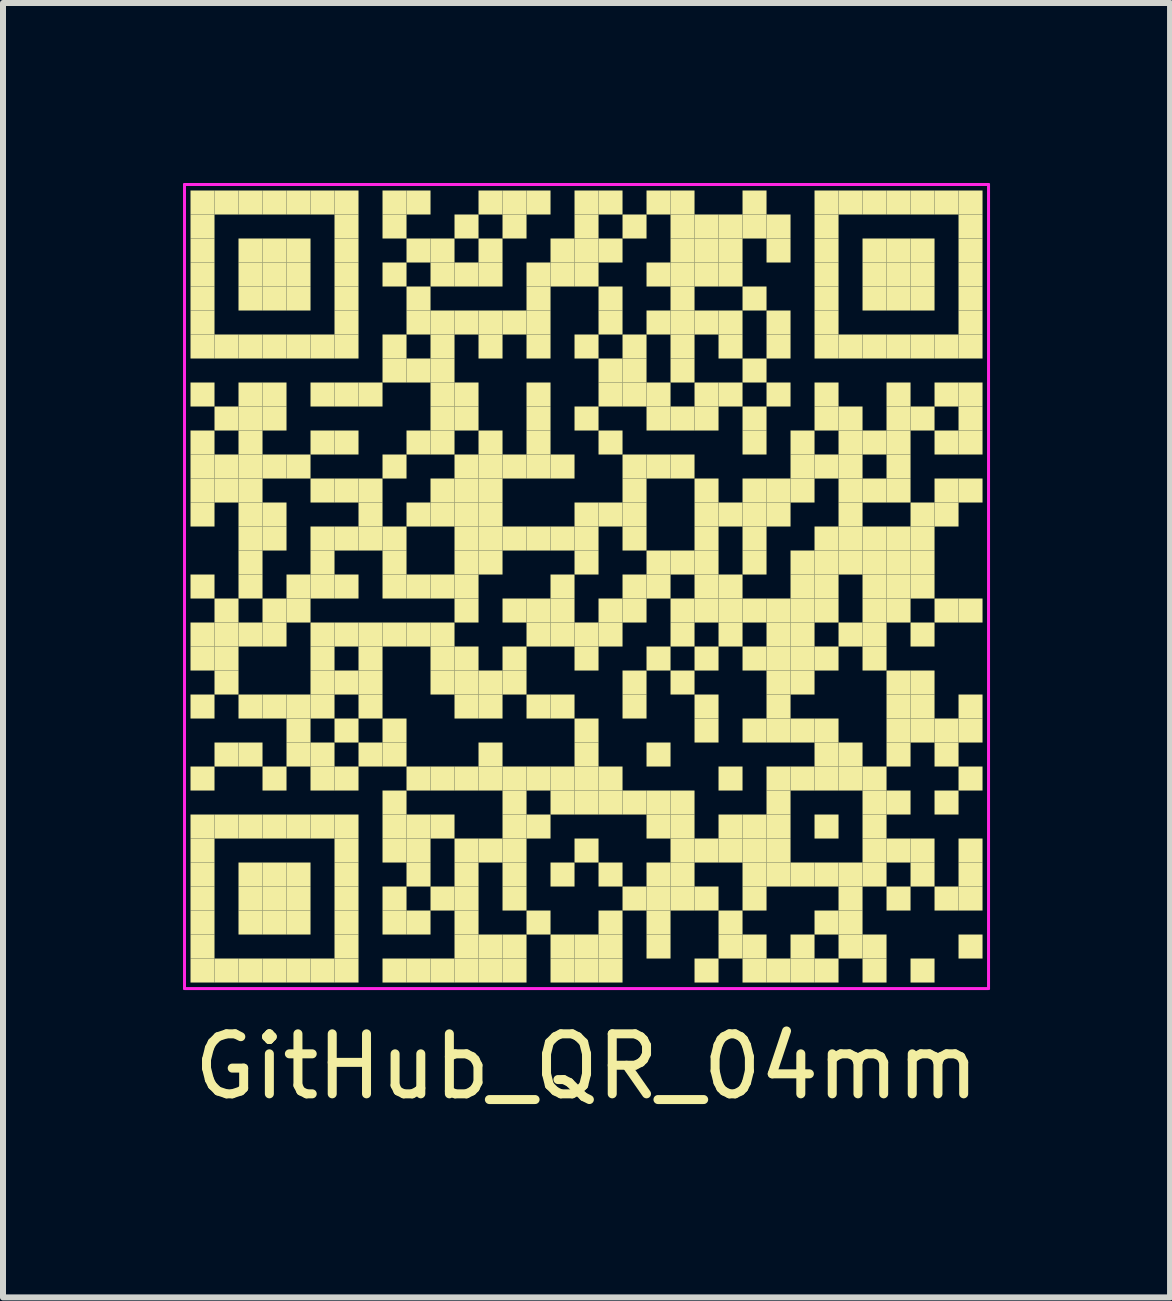
<source format=kicad_pcb>
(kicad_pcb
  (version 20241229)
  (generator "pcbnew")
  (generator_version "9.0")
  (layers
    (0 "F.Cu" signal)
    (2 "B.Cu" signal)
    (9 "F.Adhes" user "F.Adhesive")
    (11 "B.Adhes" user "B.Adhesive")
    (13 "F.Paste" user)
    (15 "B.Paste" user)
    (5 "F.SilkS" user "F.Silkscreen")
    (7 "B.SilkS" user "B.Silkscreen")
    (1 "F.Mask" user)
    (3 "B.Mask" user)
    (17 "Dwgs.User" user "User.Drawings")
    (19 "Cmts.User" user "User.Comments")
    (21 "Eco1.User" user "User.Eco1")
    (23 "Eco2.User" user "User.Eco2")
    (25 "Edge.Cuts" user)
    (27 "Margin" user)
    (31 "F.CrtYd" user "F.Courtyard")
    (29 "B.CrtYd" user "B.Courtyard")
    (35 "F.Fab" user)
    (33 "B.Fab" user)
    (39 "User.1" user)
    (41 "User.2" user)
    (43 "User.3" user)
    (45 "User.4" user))
  (footprint "GitHub_QR_04mm"
    (layer "F.Cu")
    (at 6.725 6.725)
    (property "Reference" "GitHub_QR_04mm" (at 0 8 0) (layer "F.SilkS") (effects (font (size 1 1) (thickness 0.15))))
    (fp_rect (start -6.6 -6.6) (end -6.2 -6.2) (stroke (width 0) (type solid)) (fill yes) (layer "F.SilkS"))
    (fp_rect (start -6.6 -6.2) (end -6.2 -5.8) (stroke (width 0) (type solid)) (fill yes) (layer "F.SilkS"))
    (fp_rect (start -6.6 -5.8) (end -6.2 -5.4) (stroke (width 0) (type solid)) (fill yes) (layer "F.SilkS"))
    (fp_rect (start -6.6 -5.4) (end -6.2 -5) (stroke (width 0) (type solid)) (fill yes) (layer "F.SilkS"))
    (fp_rect (start -6.6 -5) (end -6.2 -4.6) (stroke (width 0) (type solid)) (fill yes) (layer "F.SilkS"))
    (fp_rect (start -6.6 -4.6) (end -6.2 -4.2) (stroke (width 0) (type solid)) (fill yes) (layer "F.SilkS"))
    (fp_rect (start -6.6 -4.2) (end -6.2 -3.8) (stroke (width 0) (type solid)) (fill yes) (layer "F.SilkS"))
    (fp_rect (start -6.6 -3.4) (end -6.2 -3) (stroke (width 0) (type solid)) (fill yes) (layer "F.SilkS"))
    (fp_rect (start -6.6 -2.6) (end -6.2 -2.2) (stroke (width 0) (type solid)) (fill yes) (layer "F.SilkS"))
    (fp_rect (start -6.6 -2.2) (end -6.2 -1.8) (stroke (width 0) (type solid)) (fill yes) (layer "F.SilkS"))
    (fp_rect (start -6.6 -1.8) (end -6.2 -1.4) (stroke (width 0) (type solid)) (fill yes) (layer "F.SilkS"))
    (fp_rect (start -6.6 -1.4) (end -6.2 -1) (stroke (width 0) (type solid)) (fill yes) (layer "F.SilkS"))
    (fp_rect (start -6.6 -0.2) (end -6.2 0.2) (stroke (width 0) (type solid)) (fill yes) (layer "F.SilkS"))
    (fp_rect (start -6.6 0.6) (end -6.2 1) (stroke (width 0) (type solid)) (fill yes) (layer "F.SilkS"))
    (fp_rect (start -6.6 1) (end -6.2 1.4) (stroke (width 0) (type solid)) (fill yes) (layer "F.SilkS"))
    (fp_rect (start -6.6 1.8) (end -6.2 2.2) (stroke (width 0) (type solid)) (fill yes) (layer "F.SilkS"))
    (fp_rect (start -6.6 3) (end -6.2 3.4) (stroke (width 0) (type solid)) (fill yes) (layer "F.SilkS"))
    (fp_rect (start -6.6 3.8) (end -6.2 4.2) (stroke (width 0) (type solid)) (fill yes) (layer "F.SilkS"))
    (fp_rect (start -6.6 4.2) (end -6.2 4.6) (stroke (width 0) (type solid)) (fill yes) (layer "F.SilkS"))
    (fp_rect (start -6.6 4.6) (end -6.2 5) (stroke (width 0) (type solid)) (fill yes) (layer "F.SilkS"))
    (fp_rect (start -6.6 5) (end -6.2 5.4) (stroke (width 0) (type solid)) (fill yes) (layer "F.SilkS"))
    (fp_rect (start -6.6 5.4) (end -6.2 5.8) (stroke (width 0) (type solid)) (fill yes) (layer "F.SilkS"))
    (fp_rect (start -6.6 5.8) (end -6.2 6.2) (stroke (width 0) (type solid)) (fill yes) (layer "F.SilkS"))
    (fp_rect (start -6.6 6.2) (end -6.2 6.6) (stroke (width 0) (type solid)) (fill yes) (layer "F.SilkS"))
    (fp_rect (start -6.2 -6.6) (end -5.8 -6.2) (stroke (width 0) (type solid)) (fill yes) (layer "F.SilkS"))
    (fp_rect (start -6.2 -4.2) (end -5.8 -3.8) (stroke (width 0) (type solid)) (fill yes) (layer "F.SilkS"))
    (fp_rect (start -6.2 -3) (end -5.8 -2.6) (stroke (width 0) (type solid)) (fill yes) (layer "F.SilkS"))
    (fp_rect (start -6.2 -2.2) (end -5.8 -1.8) (stroke (width 0) (type solid)) (fill yes) (layer "F.SilkS"))
    (fp_rect (start -6.2 -1.8) (end -5.8 -1.4) (stroke (width 0) (type solid)) (fill yes) (layer "F.SilkS"))
    (fp_rect (start -6.2 0.2) (end -5.8 0.6) (stroke (width 0) (type solid)) (fill yes) (layer "F.SilkS"))
    (fp_rect (start -6.2 0.6) (end -5.8 1) (stroke (width 0) (type solid)) (fill yes) (layer "F.SilkS"))
    (fp_rect (start -6.2 1) (end -5.8 1.4) (stroke (width 0) (type solid)) (fill yes) (layer "F.SilkS"))
    (fp_rect (start -6.2 1.4) (end -5.8 1.8) (stroke (width 0) (type solid)) (fill yes) (layer "F.SilkS"))
    (fp_rect (start -6.2 2.6) (end -5.8 3) (stroke (width 0) (type solid)) (fill yes) (layer "F.SilkS"))
    (fp_rect (start -6.2 3.8) (end -5.8 4.2) (stroke (width 0) (type solid)) (fill yes) (layer "F.SilkS"))
    (fp_rect (start -6.2 6.2) (end -5.8 6.6) (stroke (width 0) (type solid)) (fill yes) (layer "F.SilkS"))
    (fp_rect (start -5.8 -6.6) (end -5.4 -6.2) (stroke (width 0) (type solid)) (fill yes) (layer "F.SilkS"))
    (fp_rect (start -5.8 -5.8) (end -5.4 -5.4) (stroke (width 0) (type solid)) (fill yes) (layer "F.SilkS"))
    (fp_rect (start -5.8 -5.4) (end -5.4 -5) (stroke (width 0) (type solid)) (fill yes) (layer "F.SilkS"))
    (fp_rect (start -5.8 -5) (end -5.4 -4.6) (stroke (width 0) (type solid)) (fill yes) (layer "F.SilkS"))
    (fp_rect (start -5.8 -4.2) (end -5.4 -3.8) (stroke (width 0) (type solid)) (fill yes) (layer "F.SilkS"))
    (fp_rect (start -5.8 -3.4) (end -5.4 -3) (stroke (width 0) (type solid)) (fill yes) (layer "F.SilkS"))
    (fp_rect (start -5.8 -3) (end -5.4 -2.6) (stroke (width 0) (type solid)) (fill yes) (layer "F.SilkS"))
    (fp_rect (start -5.8 -2.6) (end -5.4 -2.2) (stroke (width 0) (type solid)) (fill yes) (layer "F.SilkS"))
    (fp_rect (start -5.8 -2.2) (end -5.4 -1.8) (stroke (width 0) (type solid)) (fill yes) (layer "F.SilkS"))
    (fp_rect (start -5.8 -1.8) (end -5.4 -1.4) (stroke (width 0) (type solid)) (fill yes) (layer "F.SilkS"))
    (fp_rect (start -5.8 -1.4) (end -5.4 -1) (stroke (width 0) (type solid)) (fill yes) (layer "F.SilkS"))
    (fp_rect (start -5.8 -1) (end -5.4 -0.6) (stroke (width 0) (type solid)) (fill yes) (layer "F.SilkS"))
    (fp_rect (start -5.8 -0.6) (end -5.4 -0.2) (stroke (width 0) (type solid)) (fill yes) (layer "F.SilkS"))
    (fp_rect (start -5.8 -0.2) (end -5.4 0.2) (stroke (width 0) (type solid)) (fill yes) (layer "F.SilkS"))
    (fp_rect (start -5.8 0.6) (end -5.4 1) (stroke (width 0) (type solid)) (fill yes) (layer "F.SilkS"))
    (fp_rect (start -5.8 1.8) (end -5.4 2.2) (stroke (width 0) (type solid)) (fill yes) (layer "F.SilkS"))
    (fp_rect (start -5.8 2.6) (end -5.4 3) (stroke (width 0) (type solid)) (fill yes) (layer "F.SilkS"))
    (fp_rect (start -5.8 3.8) (end -5.4 4.2) (stroke (width 0) (type solid)) (fill yes) (layer "F.SilkS"))
    (fp_rect (start -5.8 4.6) (end -5.4 5) (stroke (width 0) (type solid)) (fill yes) (layer "F.SilkS"))
    (fp_rect (start -5.8 5) (end -5.4 5.4) (stroke (width 0) (type solid)) (fill yes) (layer "F.SilkS"))
    (fp_rect (start -5.8 5.4) (end -5.4 5.8) (stroke (width 0) (type solid)) (fill yes) (layer "F.SilkS"))
    (fp_rect (start -5.8 6.2) (end -5.4 6.6) (stroke (width 0) (type solid)) (fill yes) (layer "F.SilkS"))
    (fp_rect (start -5.4 -6.6) (end -5 -6.2) (stroke (width 0) (type solid)) (fill yes) (layer "F.SilkS"))
    (fp_rect (start -5.4 -5.8) (end -5 -5.4) (stroke (width 0) (type solid)) (fill yes) (layer "F.SilkS"))
    (fp_rect (start -5.4 -5.4) (end -5 -5) (stroke (width 0) (type solid)) (fill yes) (layer "F.SilkS"))
    (fp_rect (start -5.4 -5) (end -5 -4.6) (stroke (width 0) (type solid)) (fill yes) (layer "F.SilkS"))
    (fp_rect (start -5.4 -4.2) (end -5 -3.8) (stroke (width 0) (type solid)) (fill yes) (layer "F.SilkS"))
    (fp_rect (start -5.4 -3.4) (end -5 -3) (stroke (width 0) (type solid)) (fill yes) (layer "F.SilkS"))
    (fp_rect (start -5.4 -3) (end -5 -2.6) (stroke (width 0) (type solid)) (fill yes) (layer "F.SilkS"))
    (fp_rect (start -5.4 -2.2) (end -5 -1.8) (stroke (width 0) (type solid)) (fill yes) (layer "F.SilkS"))
    (fp_rect (start -5.4 -1.4) (end -5 -1) (stroke (width 0) (type solid)) (fill yes) (layer "F.SilkS"))
    (fp_rect (start -5.4 -1) (end -5 -0.6) (stroke (width 0) (type solid)) (fill yes) (layer "F.SilkS"))
    (fp_rect (start -5.4 0.2) (end -5 0.6) (stroke (width 0) (type solid)) (fill yes) (layer "F.SilkS"))
    (fp_rect (start -5.4 0.6) (end -5 1) (stroke (width 0) (type solid)) (fill yes) (layer "F.SilkS"))
    (fp_rect (start -5.4 1.8) (end -5 2.2) (stroke (width 0) (type solid)) (fill yes) (layer "F.SilkS"))
    (fp_rect (start -5.4 3) (end -5 3.4) (stroke (width 0) (type solid)) (fill yes) (layer "F.SilkS"))
    (fp_rect (start -5.4 3.8) (end -5 4.2) (stroke (width 0) (type solid)) (fill yes) (layer "F.SilkS"))
    (fp_rect (start -5.4 4.6) (end -5 5) (stroke (width 0) (type solid)) (fill yes) (layer "F.SilkS"))
    (fp_rect (start -5.4 5) (end -5 5.4) (stroke (width 0) (type solid)) (fill yes) (layer "F.SilkS"))
    (fp_rect (start -5.4 5.4) (end -5 5.8) (stroke (width 0) (type solid)) (fill yes) (layer "F.SilkS"))
    (fp_rect (start -5.4 6.2) (end -5 6.6) (stroke (width 0) (type solid)) (fill yes) (layer "F.SilkS"))
    (fp_rect (start -5 -6.6) (end -4.6 -6.2) (stroke (width 0) (type solid)) (fill yes) (layer "F.SilkS"))
    (fp_rect (start -5 -5.8) (end -4.6 -5.4) (stroke (width 0) (type solid)) (fill yes) (layer "F.SilkS"))
    (fp_rect (start -5 -5.4) (end -4.6 -5) (stroke (width 0) (type solid)) (fill yes) (layer "F.SilkS"))
    (fp_rect (start -5 -5) (end -4.6 -4.6) (stroke (width 0) (type solid)) (fill yes) (layer "F.SilkS"))
    (fp_rect (start -5 -4.2) (end -4.6 -3.8) (stroke (width 0) (type solid)) (fill yes) (layer "F.SilkS"))
    (fp_rect (start -5 -2.2) (end -4.6 -1.8) (stroke (width 0) (type solid)) (fill yes) (layer "F.SilkS"))
    (fp_rect (start -5 -0.2) (end -4.6 0.2) (stroke (width 0) (type solid)) (fill yes) (layer "F.SilkS"))
    (fp_rect (start -5 0.2) (end -4.6 0.6) (stroke (width 0) (type solid)) (fill yes) (layer "F.SilkS"))
    (fp_rect (start -5 1.8) (end -4.6 2.2) (stroke (width 0) (type solid)) (fill yes) (layer "F.SilkS"))
    (fp_rect (start -5 2.2) (end -4.6 2.6) (stroke (width 0) (type solid)) (fill yes) (layer "F.SilkS"))
    (fp_rect (start -5 2.6) (end -4.6 3) (stroke (width 0) (type solid)) (fill yes) (layer "F.SilkS"))
    (fp_rect (start -5 3.8) (end -4.6 4.2) (stroke (width 0) (type solid)) (fill yes) (layer "F.SilkS"))
    (fp_rect (start -5 4.6) (end -4.6 5) (stroke (width 0) (type solid)) (fill yes) (layer "F.SilkS"))
    (fp_rect (start -5 5) (end -4.6 5.4) (stroke (width 0) (type solid)) (fill yes) (layer "F.SilkS"))
    (fp_rect (start -5 5.4) (end -4.6 5.8) (stroke (width 0) (type solid)) (fill yes) (layer "F.SilkS"))
    (fp_rect (start -5 6.2) (end -4.6 6.6) (stroke (width 0) (type solid)) (fill yes) (layer "F.SilkS"))
    (fp_rect (start -4.6 -6.6) (end -4.2 -6.2) (stroke (width 0) (type solid)) (fill yes) (layer "F.SilkS"))
    (fp_rect (start -4.6 -4.2) (end -4.2 -3.8) (stroke (width 0) (type solid)) (fill yes) (layer "F.SilkS"))
    (fp_rect (start -4.6 -3.4) (end -4.2 -3) (stroke (width 0) (type solid)) (fill yes) (layer "F.SilkS"))
    (fp_rect (start -4.6 -2.6) (end -4.2 -2.2) (stroke (width 0) (type solid)) (fill yes) (layer "F.SilkS"))
    (fp_rect (start -4.6 -1.8) (end -4.2 -1.4) (stroke (width 0) (type solid)) (fill yes) (layer "F.SilkS"))
    (fp_rect (start -4.6 -1) (end -4.2 -0.6) (stroke (width 0) (type solid)) (fill yes) (layer "F.SilkS"))
    (fp_rect (start -4.6 -0.6) (end -4.2 -0.2) (stroke (width 0) (type solid)) (fill yes) (layer "F.SilkS"))
    (fp_rect (start -4.6 -0.2) (end -4.2 0.2) (stroke (width 0) (type solid)) (fill yes) (layer "F.SilkS"))
    (fp_rect (start -4.6 0.6) (end -4.2 1) (stroke (width 0) (type solid)) (fill yes) (layer "F.SilkS"))
    (fp_rect (start -4.6 1) (end -4.2 1.4) (stroke (width 0) (type solid)) (fill yes) (layer "F.SilkS"))
    (fp_rect (start -4.6 1.4) (end -4.2 1.8) (stroke (width 0) (type solid)) (fill yes) (layer "F.SilkS"))
    (fp_rect (start -4.6 1.8) (end -4.2 2.2) (stroke (width 0) (type solid)) (fill yes) (layer "F.SilkS"))
    (fp_rect (start -4.6 2.6) (end -4.2 3) (stroke (width 0) (type solid)) (fill yes) (layer "F.SilkS"))
    (fp_rect (start -4.6 3) (end -4.2 3.4) (stroke (width 0) (type solid)) (fill yes) (layer "F.SilkS"))
    (fp_rect (start -4.6 3.8) (end -4.2 4.2) (stroke (width 0) (type solid)) (fill yes) (layer "F.SilkS"))
    (fp_rect (start -4.6 6.2) (end -4.2 6.6) (stroke (width 0) (type solid)) (fill yes) (layer "F.SilkS"))
    (fp_rect (start -4.2 -6.6) (end -3.8 -6.2) (stroke (width 0) (type solid)) (fill yes) (layer "F.SilkS"))
    (fp_rect (start -4.2 -6.2) (end -3.8 -5.8) (stroke (width 0) (type solid)) (fill yes) (layer "F.SilkS"))
    (fp_rect (start -4.2 -5.8) (end -3.8 -5.4) (stroke (width 0) (type solid)) (fill yes) (layer "F.SilkS"))
    (fp_rect (start -4.2 -5.4) (end -3.8 -5) (stroke (width 0) (type solid)) (fill yes) (layer "F.SilkS"))
    (fp_rect (start -4.2 -5) (end -3.8 -4.6) (stroke (width 0) (type solid)) (fill yes) (layer "F.SilkS"))
    (fp_rect (start -4.2 -4.6) (end -3.8 -4.2) (stroke (width 0) (type solid)) (fill yes) (layer "F.SilkS"))
    (fp_rect (start -4.2 -4.2) (end -3.8 -3.8) (stroke (width 0) (type solid)) (fill yes) (layer "F.SilkS"))
    (fp_rect (start -4.2 -3.4) (end -3.8 -3) (stroke (width 0) (type solid)) (fill yes) (layer "F.SilkS"))
    (fp_rect (start -4.2 -2.6) (end -3.8 -2.2) (stroke (width 0) (type solid)) (fill yes) (layer "F.SilkS"))
    (fp_rect (start -4.2 -1.8) (end -3.8 -1.4) (stroke (width 0) (type solid)) (fill yes) (layer "F.SilkS"))
    (fp_rect (start -4.2 -1) (end -3.8 -0.6) (stroke (width 0) (type solid)) (fill yes) (layer "F.SilkS"))
    (fp_rect (start -4.2 -0.2) (end -3.8 0.2) (stroke (width 0) (type solid)) (fill yes) (layer "F.SilkS"))
    (fp_rect (start -4.2 0.6) (end -3.8 1) (stroke (width 0) (type solid)) (fill yes) (layer "F.SilkS"))
    (fp_rect (start -4.2 1.4) (end -3.8 1.8) (stroke (width 0) (type solid)) (fill yes) (layer "F.SilkS"))
    (fp_rect (start -4.2 2.2) (end -3.8 2.6) (stroke (width 0) (type solid)) (fill yes) (layer "F.SilkS"))
    (fp_rect (start -4.2 3) (end -3.8 3.4) (stroke (width 0) (type solid)) (fill yes) (layer "F.SilkS"))
    (fp_rect (start -4.2 3.8) (end -3.8 4.2) (stroke (width 0) (type solid)) (fill yes) (layer "F.SilkS"))
    (fp_rect (start -4.2 4.2) (end -3.8 4.6) (stroke (width 0) (type solid)) (fill yes) (layer "F.SilkS"))
    (fp_rect (start -4.2 4.6) (end -3.8 5) (stroke (width 0) (type solid)) (fill yes) (layer "F.SilkS"))
    (fp_rect (start -4.2 5) (end -3.8 5.4) (stroke (width 0) (type solid)) (fill yes) (layer "F.SilkS"))
    (fp_rect (start -4.2 5.4) (end -3.8 5.8) (stroke (width 0) (type solid)) (fill yes) (layer "F.SilkS"))
    (fp_rect (start -4.2 5.8) (end -3.8 6.2) (stroke (width 0) (type solid)) (fill yes) (layer "F.SilkS"))
    (fp_rect (start -4.2 6.2) (end -3.8 6.6) (stroke (width 0) (type solid)) (fill yes) (layer "F.SilkS"))
    (fp_rect (start -3.8 -3.4) (end -3.4 -3) (stroke (width 0) (type solid)) (fill yes) (layer "F.SilkS"))
    (fp_rect (start -3.8 -1.8) (end -3.4 -1.4) (stroke (width 0) (type solid)) (fill yes) (layer "F.SilkS"))
    (fp_rect (start -3.8 -1.4) (end -3.4 -1) (stroke (width 0) (type solid)) (fill yes) (layer "F.SilkS"))
    (fp_rect (start -3.8 -1) (end -3.4 -0.6) (stroke (width 0) (type solid)) (fill yes) (layer "F.SilkS"))
    (fp_rect (start -3.8 0.6) (end -3.4 1) (stroke (width 0) (type solid)) (fill yes) (layer "F.SilkS"))
    (fp_rect (start -3.8 1) (end -3.4 1.4) (stroke (width 0) (type solid)) (fill yes) (layer "F.SilkS"))
    (fp_rect (start -3.8 1.4) (end -3.4 1.8) (stroke (width 0) (type solid)) (fill yes) (layer "F.SilkS"))
    (fp_rect (start -3.8 1.8) (end -3.4 2.2) (stroke (width 0) (type solid)) (fill yes) (layer "F.SilkS"))
    (fp_rect (start -3.8 2.6) (end -3.4 3) (stroke (width 0) (type solid)) (fill yes) (layer "F.SilkS"))
    (fp_rect (start -3.4 -6.6) (end -3 -6.2) (stroke (width 0) (type solid)) (fill yes) (layer "F.SilkS"))
    (fp_rect (start -3.4 -6.2) (end -3 -5.8) (stroke (width 0) (type solid)) (fill yes) (layer "F.SilkS"))
    (fp_rect (start -3.4 -5.4) (end -3 -5) (stroke (width 0) (type solid)) (fill yes) (layer "F.SilkS"))
    (fp_rect (start -3.4 -4.2) (end -3 -3.8) (stroke (width 0) (type solid)) (fill yes) (layer "F.SilkS"))
    (fp_rect (start -3.4 -3.8) (end -3 -3.4) (stroke (width 0) (type solid)) (fill yes) (layer "F.SilkS"))
    (fp_rect (start -3.4 -2.2) (end -3 -1.8) (stroke (width 0) (type solid)) (fill yes) (layer "F.SilkS"))
    (fp_rect (start -3.4 -1) (end -3 -0.6) (stroke (width 0) (type solid)) (fill yes) (layer "F.SilkS"))
    (fp_rect (start -3.4 -0.6) (end -3 -0.2) (stroke (width 0) (type solid)) (fill yes) (layer "F.SilkS"))
    (fp_rect (start -3.4 -0.2) (end -3 0.2) (stroke (width 0) (type solid)) (fill yes) (layer "F.SilkS"))
    (fp_rect (start -3.4 0.6) (end -3 1) (stroke (width 0) (type solid)) (fill yes) (layer "F.SilkS"))
    (fp_rect (start -3.4 2.2) (end -3 2.6) (stroke (width 0) (type solid)) (fill yes) (layer "F.SilkS"))
    (fp_rect (start -3.4 2.6) (end -3 3) (stroke (width 0) (type solid)) (fill yes) (layer "F.SilkS"))
    (fp_rect (start -3.4 3.4) (end -3 3.8) (stroke (width 0) (type solid)) (fill yes) (layer "F.SilkS"))
    (fp_rect (start -3.4 3.8) (end -3 4.2) (stroke (width 0) (type solid)) (fill yes) (layer "F.SilkS"))
    (fp_rect (start -3.4 4.2) (end -3 4.6) (stroke (width 0) (type solid)) (fill yes) (layer "F.SilkS"))
    (fp_rect (start -3.4 5) (end -3 5.4) (stroke (width 0) (type solid)) (fill yes) (layer "F.SilkS"))
    (fp_rect (start -3.4 5.4) (end -3 5.8) (stroke (width 0) (type solid)) (fill yes) (layer "F.SilkS"))
    (fp_rect (start -3.4 6.2) (end -3 6.6) (stroke (width 0) (type solid)) (fill yes) (layer "F.SilkS"))
    (fp_rect (start -3 -6.6) (end -2.6 -6.2) (stroke (width 0) (type solid)) (fill yes) (layer "F.SilkS"))
    (fp_rect (start -3 -5.8) (end -2.6 -5.4) (stroke (width 0) (type solid)) (fill yes) (layer "F.SilkS"))
    (fp_rect (start -3 -5) (end -2.6 -4.6) (stroke (width 0) (type solid)) (fill yes) (layer "F.SilkS"))
    (fp_rect (start -3 -4.6) (end -2.6 -4.2) (stroke (width 0) (type solid)) (fill yes) (layer "F.SilkS"))
    (fp_rect (start -3 -3.8) (end -2.6 -3.4) (stroke (width 0) (type solid)) (fill yes) (layer "F.SilkS"))
    (fp_rect (start -3 -2.6) (end -2.6 -2.2) (stroke (width 0) (type solid)) (fill yes) (layer "F.SilkS"))
    (fp_rect (start -3 -1.4) (end -2.6 -1) (stroke (width 0) (type solid)) (fill yes) (layer "F.SilkS"))
    (fp_rect (start -3 -0.2) (end -2.6 0.2) (stroke (width 0) (type solid)) (fill yes) (layer "F.SilkS"))
    (fp_rect (start -3 0.6) (end -2.6 1) (stroke (width 0) (type solid)) (fill yes) (layer "F.SilkS"))
    (fp_rect (start -3 3) (end -2.6 3.4) (stroke (width 0) (type solid)) (fill yes) (layer "F.SilkS"))
    (fp_rect (start -3 3.8) (end -2.6 4.2) (stroke (width 0) (type solid)) (fill yes) (layer "F.SilkS"))
    (fp_rect (start -3 4.2) (end -2.6 4.6) (stroke (width 0) (type solid)) (fill yes) (layer "F.SilkS"))
    (fp_rect (start -3 4.6) (end -2.6 5) (stroke (width 0) (type solid)) (fill yes) (layer "F.SilkS"))
    (fp_rect (start -3 5.4) (end -2.6 5.8) (stroke (width 0) (type solid)) (fill yes) (layer "F.SilkS"))
    (fp_rect (start -3 6.2) (end -2.6 6.6) (stroke (width 0) (type solid)) (fill yes) (layer "F.SilkS"))
    (fp_rect (start -2.6 -5.8) (end -2.2 -5.4) (stroke (width 0) (type solid)) (fill yes) (layer "F.SilkS"))
    (fp_rect (start -2.6 -5.4) (end -2.2 -5) (stroke (width 0) (type solid)) (fill yes) (layer "F.SilkS"))
    (fp_rect (start -2.6 -4.6) (end -2.2 -4.2) (stroke (width 0) (type solid)) (fill yes) (layer "F.SilkS"))
    (fp_rect (start -2.6 -4.2) (end -2.2 -3.8) (stroke (width 0) (type solid)) (fill yes) (layer "F.SilkS"))
    (fp_rect (start -2.6 -3.8) (end -2.2 -3.4) (stroke (width 0) (type solid)) (fill yes) (layer "F.SilkS"))
    (fp_rect (start -2.6 -3.4) (end -2.2 -3) (stroke (width 0) (type solid)) (fill yes) (layer "F.SilkS"))
    (fp_rect (start -2.6 -3) (end -2.2 -2.6) (stroke (width 0) (type solid)) (fill yes) (layer "F.SilkS"))
    (fp_rect (start -2.6 -2.6) (end -2.2 -2.2) (stroke (width 0) (type solid)) (fill yes) (layer "F.SilkS"))
    (fp_rect (start -2.6 -1.8) (end -2.2 -1.4) (stroke (width 0) (type solid)) (fill yes) (layer "F.SilkS"))
    (fp_rect (start -2.6 -1.4) (end -2.2 -1) (stroke (width 0) (type solid)) (fill yes) (layer "F.SilkS"))
    (fp_rect (start -2.6 -0.2) (end -2.2 0.2) (stroke (width 0) (type solid)) (fill yes) (layer "F.SilkS"))
    (fp_rect (start -2.6 0.6) (end -2.2 1) (stroke (width 0) (type solid)) (fill yes) (layer "F.SilkS"))
    (fp_rect (start -2.6 1) (end -2.2 1.4) (stroke (width 0) (type solid)) (fill yes) (layer "F.SilkS"))
    (fp_rect (start -2.6 1.4) (end -2.2 1.8) (stroke (width 0) (type solid)) (fill yes) (layer "F.SilkS"))
    (fp_rect (start -2.6 3) (end -2.2 3.4) (stroke (width 0) (type solid)) (fill yes) (layer "F.SilkS"))
    (fp_rect (start -2.6 3.8) (end -2.2 4.2) (stroke (width 0) (type solid)) (fill yes) (layer "F.SilkS"))
    (fp_rect (start -2.6 5) (end -2.2 5.4) (stroke (width 0) (type solid)) (fill yes) (layer "F.SilkS"))
    (fp_rect (start -2.6 6.2) (end -2.2 6.6) (stroke (width 0) (type solid)) (fill yes) (layer "F.SilkS"))
    (fp_rect (start -2.2 -6.2) (end -1.8 -5.8) (stroke (width 0) (type solid)) (fill yes) (layer "F.SilkS"))
    (fp_rect (start -2.2 -5.4) (end -1.8 -5) (stroke (width 0) (type solid)) (fill yes) (layer "F.SilkS"))
    (fp_rect (start -2.2 -4.6) (end -1.8 -4.2) (stroke (width 0) (type solid)) (fill yes) (layer "F.SilkS"))
    (fp_rect (start -2.2 -3.4) (end -1.8 -3) (stroke (width 0) (type solid)) (fill yes) (layer "F.SilkS"))
    (fp_rect (start -2.2 -3) (end -1.8 -2.6) (stroke (width 0) (type solid)) (fill yes) (layer "F.SilkS"))
    (fp_rect (start -2.2 -2.2) (end -1.8 -1.8) (stroke (width 0) (type solid)) (fill yes) (layer "F.SilkS"))
    (fp_rect (start -2.2 -1.8) (end -1.8 -1.4) (stroke (width 0) (type solid)) (fill yes) (layer "F.SilkS"))
    (fp_rect (start -2.2 -1.4) (end -1.8 -1) (stroke (width 0) (type solid)) (fill yes) (layer "F.SilkS"))
    (fp_rect (start -2.2 -1) (end -1.8 -0.6) (stroke (width 0) (type solid)) (fill yes) (layer "F.SilkS"))
    (fp_rect (start -2.2 -0.6) (end -1.8 -0.2) (stroke (width 0) (type solid)) (fill yes) (layer "F.SilkS"))
    (fp_rect (start -2.2 -0.2) (end -1.8 0.2) (stroke (width 0) (type solid)) (fill yes) (layer "F.SilkS"))
    (fp_rect (start -2.2 0.2) (end -1.8 0.6) (stroke (width 0) (type solid)) (fill yes) (layer "F.SilkS"))
    (fp_rect (start -2.2 1) (end -1.8 1.4) (stroke (width 0) (type solid)) (fill yes) (layer "F.SilkS"))
    (fp_rect (start -2.2 1.4) (end -1.8 1.8) (stroke (width 0) (type solid)) (fill yes) (layer "F.SilkS"))
    (fp_rect (start -2.2 1.8) (end -1.8 2.2) (stroke (width 0) (type solid)) (fill yes) (layer "F.SilkS"))
    (fp_rect (start -2.2 3) (end -1.8 3.4) (stroke (width 0) (type solid)) (fill yes) (layer "F.SilkS"))
    (fp_rect (start -2.2 4.2) (end -1.8 4.6) (stroke (width 0) (type solid)) (fill yes) (layer "F.SilkS"))
    (fp_rect (start -2.2 4.6) (end -1.8 5) (stroke (width 0) (type solid)) (fill yes) (layer "F.SilkS"))
    (fp_rect (start -2.2 5) (end -1.8 5.4) (stroke (width 0) (type solid)) (fill yes) (layer "F.SilkS"))
    (fp_rect (start -2.2 5.4) (end -1.8 5.8) (stroke (width 0) (type solid)) (fill yes) (layer "F.SilkS"))
    (fp_rect (start -2.2 5.8) (end -1.8 6.2) (stroke (width 0) (type solid)) (fill yes) (layer "F.SilkS"))
    (fp_rect (start -2.2 6.2) (end -1.8 6.6) (stroke (width 0) (type solid)) (fill yes) (layer "F.SilkS"))
    (fp_rect (start -1.8 -6.6) (end -1.4 -6.2) (stroke (width 0) (type solid)) (fill yes) (layer "F.SilkS"))
    (fp_rect (start -1.8 -5.8) (end -1.4 -5.4) (stroke (width 0) (type solid)) (fill yes) (layer "F.SilkS"))
    (fp_rect (start -1.8 -5.4) (end -1.4 -5) (stroke (width 0) (type solid)) (fill yes) (layer "F.SilkS"))
    (fp_rect (start -1.8 -4.6) (end -1.4 -4.2) (stroke (width 0) (type solid)) (fill yes) (layer "F.SilkS"))
    (fp_rect (start -1.8 -4.2) (end -1.4 -3.8) (stroke (width 0) (type solid)) (fill yes) (layer "F.SilkS"))
    (fp_rect (start -1.8 -2.6) (end -1.4 -2.2) (stroke (width 0) (type solid)) (fill yes) (layer "F.SilkS"))
    (fp_rect (start -1.8 -2.2) (end -1.4 -1.8) (stroke (width 0) (type solid)) (fill yes) (layer "F.SilkS"))
    (fp_rect (start -1.8 -1.8) (end -1.4 -1.4) (stroke (width 0) (type solid)) (fill yes) (layer "F.SilkS"))
    (fp_rect (start -1.8 -1.4) (end -1.4 -1) (stroke (width 0) (type solid)) (fill yes) (layer "F.SilkS"))
    (fp_rect (start -1.8 -1) (end -1.4 -0.6) (stroke (width 0) (type solid)) (fill yes) (layer "F.SilkS"))
    (fp_rect (start -1.8 -0.6) (end -1.4 -0.2) (stroke (width 0) (type solid)) (fill yes) (layer "F.SilkS"))
    (fp_rect (start -1.8 1.4) (end -1.4 1.8) (stroke (width 0) (type solid)) (fill yes) (layer "F.SilkS"))
    (fp_rect (start -1.8 1.8) (end -1.4 2.2) (stroke (width 0) (type solid)) (fill yes) (layer "F.SilkS"))
    (fp_rect (start -1.8 2.6) (end -1.4 3) (stroke (width 0) (type solid)) (fill yes) (layer "F.SilkS"))
    (fp_rect (start -1.8 3) (end -1.4 3.4) (stroke (width 0) (type solid)) (fill yes) (layer "F.SilkS"))
    (fp_rect (start -1.8 4.2) (end -1.4 4.6) (stroke (width 0) (type solid)) (fill yes) (layer "F.SilkS"))
    (fp_rect (start -1.8 5.8) (end -1.4 6.2) (stroke (width 0) (type solid)) (fill yes) (layer "F.SilkS"))
    (fp_rect (start -1.8 6.2) (end -1.4 6.6) (stroke (width 0) (type solid)) (fill yes) (layer "F.SilkS"))
    (fp_rect (start -1.4 -6.6) (end -1 -6.2) (stroke (width 0) (type solid)) (fill yes) (layer "F.SilkS"))
    (fp_rect (start -1.4 -6.2) (end -1 -5.8) (stroke (width 0) (type solid)) (fill yes) (layer "F.SilkS"))
    (fp_rect (start -1.4 -4.6) (end -1 -4.2) (stroke (width 0) (type solid)) (fill yes) (layer "F.SilkS"))
    (fp_rect (start -1.4 -2.2) (end -1 -1.8) (stroke (width 0) (type solid)) (fill yes) (layer "F.SilkS"))
    (fp_rect (start -1.4 -1) (end -1 -0.6) (stroke (width 0) (type solid)) (fill yes) (layer "F.SilkS"))
    (fp_rect (start -1.4 0.2) (end -1 0.6) (stroke (width 0) (type solid)) (fill yes) (layer "F.SilkS"))
    (fp_rect (start -1.4 1) (end -1 1.4) (stroke (width 0) (type solid)) (fill yes) (layer "F.SilkS"))
    (fp_rect (start -1.4 1.4) (end -1 1.8) (stroke (width 0) (type solid)) (fill yes) (layer "F.SilkS"))
    (fp_rect (start -1.4 3) (end -1 3.4) (stroke (width 0) (type solid)) (fill yes) (layer "F.SilkS"))
    (fp_rect (start -1.4 3.4) (end -1 3.8) (stroke (width 0) (type solid)) (fill yes) (layer "F.SilkS"))
    (fp_rect (start -1.4 3.8) (end -1 4.2) (stroke (width 0) (type solid)) (fill yes) (layer "F.SilkS"))
    (fp_rect (start -1.4 4.2) (end -1 4.6) (stroke (width 0) (type solid)) (fill yes) (layer "F.SilkS"))
    (fp_rect (start -1.4 4.6) (end -1 5) (stroke (width 0) (type solid)) (fill yes) (layer "F.SilkS"))
    (fp_rect (start -1.4 5) (end -1 5.4) (stroke (width 0) (type solid)) (fill yes) (layer "F.SilkS"))
    (fp_rect (start -1.4 5.8) (end -1 6.2) (stroke (width 0) (type solid)) (fill yes) (layer "F.SilkS"))
    (fp_rect (start -1.4 6.2) (end -1 6.6) (stroke (width 0) (type solid)) (fill yes) (layer "F.SilkS"))
    (fp_rect (start -1 -6.6) (end -0.6 -6.2) (stroke (width 0) (type solid)) (fill yes) (layer "F.SilkS"))
    (fp_rect (start -1 -5.4) (end -0.6 -5) (stroke (width 0) (type solid)) (fill yes) (layer "F.SilkS"))
    (fp_rect (start -1 -5) (end -0.6 -4.6) (stroke (width 0) (type solid)) (fill yes) (layer "F.SilkS"))
    (fp_rect (start -1 -4.6) (end -0.6 -4.2) (stroke (width 0) (type solid)) (fill yes) (layer "F.SilkS"))
    (fp_rect (start -1 -4.2) (end -0.6 -3.8) (stroke (width 0) (type solid)) (fill yes) (layer "F.SilkS"))
    (fp_rect (start -1 -3.4) (end -0.6 -3) (stroke (width 0) (type solid)) (fill yes) (layer "F.SilkS"))
    (fp_rect (start -1 -3) (end -0.6 -2.6) (stroke (width 0) (type solid)) (fill yes) (layer "F.SilkS"))
    (fp_rect (start -1 -2.6) (end -0.6 -2.2) (stroke (width 0) (type solid)) (fill yes) (layer "F.SilkS"))
    (fp_rect (start -1 -2.2) (end -0.6 -1.8) (stroke (width 0) (type solid)) (fill yes) (layer "F.SilkS"))
    (fp_rect (start -1 -1) (end -0.6 -0.6) (stroke (width 0) (type solid)) (fill yes) (layer "F.SilkS"))
    (fp_rect (start -1 0.2) (end -0.6 0.6) (stroke (width 0) (type solid)) (fill yes) (layer "F.SilkS"))
    (fp_rect (start -1 0.6) (end -0.6 1) (stroke (width 0) (type solid)) (fill yes) (layer "F.SilkS"))
    (fp_rect (start -1 1.8) (end -0.6 2.2) (stroke (width 0) (type solid)) (fill yes) (layer "F.SilkS"))
    (fp_rect (start -1 3) (end -0.6 3.4) (stroke (width 0) (type solid)) (fill yes) (layer "F.SilkS"))
    (fp_rect (start -1 3.8) (end -0.6 4.2) (stroke (width 0) (type solid)) (fill yes) (layer "F.SilkS"))
    (fp_rect (start -1 5.4) (end -0.6 5.8) (stroke (width 0) (type solid)) (fill yes) (layer "F.SilkS"))
    (fp_rect (start -0.6 -5.8) (end -0.2 -5.4) (stroke (width 0) (type solid)) (fill yes) (layer "F.SilkS"))
    (fp_rect (start -0.6 -5.4) (end -0.2 -5) (stroke (width 0) (type solid)) (fill yes) (layer "F.SilkS"))
    (fp_rect (start -0.6 -2.2) (end -0.2 -1.8) (stroke (width 0) (type solid)) (fill yes) (layer "F.SilkS"))
    (fp_rect (start -0.6 -1) (end -0.2 -0.6) (stroke (width 0) (type solid)) (fill yes) (layer "F.SilkS"))
    (fp_rect (start -0.6 -0.2) (end -0.2 0.2) (stroke (width 0) (type solid)) (fill yes) (layer "F.SilkS"))
    (fp_rect (start -0.6 0.2) (end -0.2 0.6) (stroke (width 0) (type solid)) (fill yes) (layer "F.SilkS"))
    (fp_rect (start -0.6 0.6) (end -0.2 1) (stroke (width 0) (type solid)) (fill yes) (layer "F.SilkS"))
    (fp_rect (start -0.6 1.8) (end -0.2 2.2) (stroke (width 0) (type solid)) (fill yes) (layer "F.SilkS"))
    (fp_rect (start -0.6 3) (end -0.2 3.4) (stroke (width 0) (type solid)) (fill yes) (layer "F.SilkS"))
    (fp_rect (start -0.6 3.4) (end -0.2 3.8) (stroke (width 0) (type solid)) (fill yes) (layer "F.SilkS"))
    (fp_rect (start -0.6 4.6) (end -0.2 5) (stroke (width 0) (type solid)) (fill yes) (layer "F.SilkS"))
    (fp_rect (start -0.6 5.8) (end -0.2 6.2) (stroke (width 0) (type solid)) (fill yes) (layer "F.SilkS"))
    (fp_rect (start -0.6 6.2) (end -0.2 6.6) (stroke (width 0) (type solid)) (fill yes) (layer "F.SilkS"))
    (fp_rect (start -0.2 -6.6) (end 0.2 -6.2) (stroke (width 0) (type solid)) (fill yes) (layer "F.SilkS"))
    (fp_rect (start -0.2 -6.2) (end 0.2 -5.8) (stroke (width 0) (type solid)) (fill yes) (layer "F.SilkS"))
    (fp_rect (start -0.2 -5.8) (end 0.2 -5.4) (stroke (width 0) (type solid)) (fill yes) (layer "F.SilkS"))
    (fp_rect (start -0.2 -5.4) (end 0.2 -5) (stroke (width 0) (type solid)) (fill yes) (layer "F.SilkS"))
    (fp_rect (start -0.2 -4.2) (end 0.2 -3.8) (stroke (width 0) (type solid)) (fill yes) (layer "F.SilkS"))
    (fp_rect (start -0.2 -3) (end 0.2 -2.6) (stroke (width 0) (type solid)) (fill yes) (layer "F.SilkS"))
    (fp_rect (start -0.2 -1.4) (end 0.2 -1) (stroke (width 0) (type solid)) (fill yes) (layer "F.SilkS"))
    (fp_rect (start -0.2 -1) (end 0.2 -0.6) (stroke (width 0) (type solid)) (fill yes) (layer "F.SilkS"))
    (fp_rect (start -0.2 -0.6) (end 0.2 -0.2) (stroke (width 0) (type solid)) (fill yes) (layer "F.SilkS"))
    (fp_rect (start -0.2 0.6) (end 0.2 1) (stroke (width 0) (type solid)) (fill yes) (layer "F.SilkS"))
    (fp_rect (start -0.2 1) (end 0.2 1.4) (stroke (width 0) (type solid)) (fill yes) (layer "F.SilkS"))
    (fp_rect (start -0.2 2.2) (end 0.2 2.6) (stroke (width 0) (type solid)) (fill yes) (layer "F.SilkS"))
    (fp_rect (start -0.2 2.6) (end 0.2 3) (stroke (width 0) (type solid)) (fill yes) (layer "F.SilkS"))
    (fp_rect (start -0.2 3) (end 0.2 3.4) (stroke (width 0) (type solid)) (fill yes) (layer "F.SilkS"))
    (fp_rect (start -0.2 3.4) (end 0.2 3.8) (stroke (width 0) (type solid)) (fill yes) (layer "F.SilkS"))
    (fp_rect (start -0.2 4.2) (end 0.2 4.6) (stroke (width 0) (type solid)) (fill yes) (layer "F.SilkS"))
    (fp_rect (start -0.2 5.8) (end 0.2 6.2) (stroke (width 0) (type solid)) (fill yes) (layer "F.SilkS"))
    (fp_rect (start -0.2 6.2) (end 0.2 6.6) (stroke (width 0) (type solid)) (fill yes) (layer "F.SilkS"))
    (fp_rect (start 0.2 -6.6) (end 0.6 -6.2) (stroke (width 0) (type solid)) (fill yes) (layer "F.SilkS"))
    (fp_rect (start 0.2 -5.8) (end 0.6 -5.4) (stroke (width 0) (type solid)) (fill yes) (layer "F.SilkS"))
    (fp_rect (start 0.2 -5) (end 0.6 -4.6) (stroke (width 0) (type solid)) (fill yes) (layer "F.SilkS"))
    (fp_rect (start 0.2 -4.6) (end 0.6 -4.2) (stroke (width 0) (type solid)) (fill yes) (layer "F.SilkS"))
    (fp_rect (start 0.2 -3.8) (end 0.6 -3.4) (stroke (width 0) (type solid)) (fill yes) (layer "F.SilkS"))
    (fp_rect (start 0.2 -3.4) (end 0.6 -3) (stroke (width 0) (type solid)) (fill yes) (layer "F.SilkS"))
    (fp_rect (start 0.2 -2.6) (end 0.6 -2.2) (stroke (width 0) (type solid)) (fill yes) (layer "F.SilkS"))
    (fp_rect (start 0.2 -1.4) (end 0.6 -1) (stroke (width 0) (type solid)) (fill yes) (layer "F.SilkS"))
    (fp_rect (start 0.2 0.2) (end 0.6 0.6) (stroke (width 0) (type solid)) (fill yes) (layer "F.SilkS"))
    (fp_rect (start 0.2 0.6) (end 0.6 1) (stroke (width 0) (type solid)) (fill yes) (layer "F.SilkS"))
    (fp_rect (start 0.2 3) (end 0.6 3.4) (stroke (width 0) (type solid)) (fill yes) (layer "F.SilkS"))
    (fp_rect (start 0.2 3.4) (end 0.6 3.8) (stroke (width 0) (type solid)) (fill yes) (layer "F.SilkS"))
    (fp_rect (start 0.2 4.6) (end 0.6 5) (stroke (width 0) (type solid)) (fill yes) (layer "F.SilkS"))
    (fp_rect (start 0.2 5.4) (end 0.6 5.8) (stroke (width 0) (type solid)) (fill yes) (layer "F.SilkS"))
    (fp_rect (start 0.2 5.8) (end 0.6 6.2) (stroke (width 0) (type solid)) (fill yes) (layer "F.SilkS"))
    (fp_rect (start 0.2 6.2) (end 0.6 6.6) (stroke (width 0) (type solid)) (fill yes) (layer "F.SilkS"))
    (fp_rect (start 0.6 -6.2) (end 1 -5.8) (stroke (width 0) (type solid)) (fill yes) (layer "F.SilkS"))
    (fp_rect (start 0.6 -4.2) (end 1 -3.8) (stroke (width 0) (type solid)) (fill yes) (layer "F.SilkS"))
    (fp_rect (start 0.6 -3.8) (end 1 -3.4) (stroke (width 0) (type solid)) (fill yes) (layer "F.SilkS"))
    (fp_rect (start 0.6 -3.4) (end 1 -3) (stroke (width 0) (type solid)) (fill yes) (layer "F.SilkS"))
    (fp_rect (start 0.6 -2.2) (end 1 -1.8) (stroke (width 0) (type solid)) (fill yes) (layer "F.SilkS"))
    (fp_rect (start 0.6 -1.8) (end 1 -1.4) (stroke (width 0) (type solid)) (fill yes) (layer "F.SilkS"))
    (fp_rect (start 0.6 -1.4) (end 1 -1) (stroke (width 0) (type solid)) (fill yes) (layer "F.SilkS"))
    (fp_rect (start 0.6 -1) (end 1 -0.6) (stroke (width 0) (type solid)) (fill yes) (layer "F.SilkS"))
    (fp_rect (start 0.6 -0.2) (end 1 0.2) (stroke (width 0) (type solid)) (fill yes) (layer "F.SilkS"))
    (fp_rect (start 0.6 0.2) (end 1 0.6) (stroke (width 0) (type solid)) (fill yes) (layer "F.SilkS"))
    (fp_rect (start 0.6 1.4) (end 1 1.8) (stroke (width 0) (type solid)) (fill yes) (layer "F.SilkS"))
    (fp_rect (start 0.6 1.8) (end 1 2.2) (stroke (width 0) (type solid)) (fill yes) (layer "F.SilkS"))
    (fp_rect (start 0.6 3.4) (end 1 3.8) (stroke (width 0) (type solid)) (fill yes) (layer "F.SilkS"))
    (fp_rect (start 0.6 5) (end 1 5.4) (stroke (width 0) (type solid)) (fill yes) (layer "F.SilkS"))
    (fp_rect (start 1 -6.6) (end 1.4 -6.2) (stroke (width 0) (type solid)) (fill yes) (layer "F.SilkS"))
    (fp_rect (start 1 -5.4) (end 1.4 -5) (stroke (width 0) (type solid)) (fill yes) (layer "F.SilkS"))
    (fp_rect (start 1 -4.6) (end 1.4 -4.2) (stroke (width 0) (type solid)) (fill yes) (layer "F.SilkS"))
    (fp_rect (start 1 -3.4) (end 1.4 -3) (stroke (width 0) (type solid)) (fill yes) (layer "F.SilkS"))
    (fp_rect (start 1 -3) (end 1.4 -2.6) (stroke (width 0) (type solid)) (fill yes) (layer "F.SilkS"))
    (fp_rect (start 1 -2.2) (end 1.4 -1.8) (stroke (width 0) (type solid)) (fill yes) (layer "F.SilkS"))
    (fp_rect (start 1 -0.6) (end 1.4 -0.2) (stroke (width 0) (type solid)) (fill yes) (layer "F.SilkS"))
    (fp_rect (start 1 -0.2) (end 1.4 0.2) (stroke (width 0) (type solid)) (fill yes) (layer "F.SilkS"))
    (fp_rect (start 1 1) (end 1.4 1.4) (stroke (width 0) (type solid)) (fill yes) (layer "F.SilkS"))
    (fp_rect (start 1 2.6) (end 1.4 3) (stroke (width 0) (type solid)) (fill yes) (layer "F.SilkS"))
    (fp_rect (start 1 3.4) (end 1.4 3.8) (stroke (width 0) (type solid)) (fill yes) (layer "F.SilkS"))
    (fp_rect (start 1 3.8) (end 1.4 4.2) (stroke (width 0) (type solid)) (fill yes) (layer "F.SilkS"))
    (fp_rect (start 1 4.6) (end 1.4 5) (stroke (width 0) (type solid)) (fill yes) (layer "F.SilkS"))
    (fp_rect (start 1 5) (end 1.4 5.4) (stroke (width 0) (type solid)) (fill yes) (layer "F.SilkS"))
    (fp_rect (start 1 5.4) (end 1.4 5.8) (stroke (width 0) (type solid)) (fill yes) (layer "F.SilkS"))
    (fp_rect (start 1 5.8) (end 1.4 6.2) (stroke (width 0) (type solid)) (fill yes) (layer "F.SilkS"))
    (fp_rect (start 1.4 -6.6) (end 1.8 -6.2) (stroke (width 0) (type solid)) (fill yes) (layer "F.SilkS"))
    (fp_rect (start 1.4 -6.2) (end 1.8 -5.8) (stroke (width 0) (type solid)) (fill yes) (layer "F.SilkS"))
    (fp_rect (start 1.4 -5.8) (end 1.8 -5.4) (stroke (width 0) (type solid)) (fill yes) (layer "F.SilkS"))
    (fp_rect (start 1.4 -5.4) (end 1.8 -5) (stroke (width 0) (type solid)) (fill yes) (layer "F.SilkS"))
    (fp_rect (start 1.4 -5) (end 1.8 -4.6) (stroke (width 0) (type solid)) (fill yes) (layer "F.SilkS"))
    (fp_rect (start 1.4 -4.6) (end 1.8 -4.2) (stroke (width 0) (type solid)) (fill yes) (layer "F.SilkS"))
    (fp_rect (start 1.4 -4.2) (end 1.8 -3.8) (stroke (width 0) (type solid)) (fill yes) (layer "F.SilkS"))
    (fp_rect (start 1.4 -3.8) (end 1.8 -3.4) (stroke (width 0) (type solid)) (fill yes) (layer "F.SilkS"))
    (fp_rect (start 1.4 -3) (end 1.8 -2.6) (stroke (width 0) (type solid)) (fill yes) (layer "F.SilkS"))
    (fp_rect (start 1.4 -2.2) (end 1.8 -1.8) (stroke (width 0) (type solid)) (fill yes) (layer "F.SilkS"))
    (fp_rect (start 1.4 -0.6) (end 1.8 -0.2) (stroke (width 0) (type solid)) (fill yes) (layer "F.SilkS"))
    (fp_rect (start 1.4 0.2) (end 1.8 0.6) (stroke (width 0) (type solid)) (fill yes) (layer "F.SilkS"))
    (fp_rect (start 1.4 0.6) (end 1.8 1) (stroke (width 0) (type solid)) (fill yes) (layer "F.SilkS"))
    (fp_rect (start 1.4 1.4) (end 1.8 1.8) (stroke (width 0) (type solid)) (fill yes) (layer "F.SilkS"))
    (fp_rect (start 1.4 3.4) (end 1.8 3.8) (stroke (width 0) (type solid)) (fill yes) (layer "F.SilkS"))
    (fp_rect (start 1.4 3.8) (end 1.8 4.2) (stroke (width 0) (type solid)) (fill yes) (layer "F.SilkS"))
    (fp_rect (start 1.4 4.2) (end 1.8 4.6) (stroke (width 0) (type solid)) (fill yes) (layer "F.SilkS"))
    (fp_rect (start 1.4 4.6) (end 1.8 5) (stroke (width 0) (type solid)) (fill yes) (layer "F.SilkS"))
    (fp_rect (start 1.4 5) (end 1.8 5.4) (stroke (width 0) (type solid)) (fill yes) (layer "F.SilkS"))
    (fp_rect (start 1.8 -6.2) (end 2.2 -5.8) (stroke (width 0) (type solid)) (fill yes) (layer "F.SilkS"))
    (fp_rect (start 1.8 -5.8) (end 2.2 -5.4) (stroke (width 0) (type solid)) (fill yes) (layer "F.SilkS"))
    (fp_rect (start 1.8 -5.4) (end 2.2 -5) (stroke (width 0) (type solid)) (fill yes) (layer "F.SilkS"))
    (fp_rect (start 1.8 -4.6) (end 2.2 -4.2) (stroke (width 0) (type solid)) (fill yes) (layer "F.SilkS"))
    (fp_rect (start 1.8 -3.4) (end 2.2 -3) (stroke (width 0) (type solid)) (fill yes) (layer "F.SilkS"))
    (fp_rect (start 1.8 -3) (end 2.2 -2.6) (stroke (width 0) (type solid)) (fill yes) (layer "F.SilkS"))
    (fp_rect (start 1.8 -1.8) (end 2.2 -1.4) (stroke (width 0) (type solid)) (fill yes) (layer "F.SilkS"))
    (fp_rect (start 1.8 -1.4) (end 2.2 -1) (stroke (width 0) (type solid)) (fill yes) (layer "F.SilkS"))
    (fp_rect (start 1.8 -1) (end 2.2 -0.6) (stroke (width 0) (type solid)) (fill yes) (layer "F.SilkS"))
    (fp_rect (start 1.8 -0.6) (end 2.2 -0.2) (stroke (width 0) (type solid)) (fill yes) (layer "F.SilkS"))
    (fp_rect (start 1.8 -0.2) (end 2.2 0.2) (stroke (width 0) (type solid)) (fill yes) (layer "F.SilkS"))
    (fp_rect (start 1.8 0.2) (end 2.2 0.6) (stroke (width 0) (type solid)) (fill yes) (layer "F.SilkS"))
    (fp_rect (start 1.8 1) (end 2.2 1.4) (stroke (width 0) (type solid)) (fill yes) (layer "F.SilkS"))
    (fp_rect (start 1.8 1.8) (end 2.2 2.2) (stroke (width 0) (type solid)) (fill yes) (layer "F.SilkS"))
    (fp_rect (start 1.8 2.2) (end 2.2 2.6) (stroke (width 0) (type solid)) (fill yes) (layer "F.SilkS"))
    (fp_rect (start 1.8 4.2) (end 2.2 4.6) (stroke (width 0) (type solid)) (fill yes) (layer "F.SilkS"))
    (fp_rect (start 1.8 5) (end 2.2 5.4) (stroke (width 0) (type solid)) (fill yes) (layer "F.SilkS"))
    (fp_rect (start 1.8 6.2) (end 2.2 6.6) (stroke (width 0) (type solid)) (fill yes) (layer "F.SilkS"))
    (fp_rect (start 2.2 -6.2) (end 2.6 -5.8) (stroke (width 0) (type solid)) (fill yes) (layer "F.SilkS"))
    (fp_rect (start 2.2 -5.8) (end 2.6 -5.4) (stroke (width 0) (type solid)) (fill yes) (layer "F.SilkS"))
    (fp_rect (start 2.2 -5.4) (end 2.6 -5) (stroke (width 0) (type solid)) (fill yes) (layer "F.SilkS"))
    (fp_rect (start 2.2 -4.6) (end 2.6 -4.2) (stroke (width 0) (type solid)) (fill yes) (layer "F.SilkS"))
    (fp_rect (start 2.2 -4.2) (end 2.6 -3.8) (stroke (width 0) (type solid)) (fill yes) (layer "F.SilkS"))
    (fp_rect (start 2.2 -3.4) (end 2.6 -3) (stroke (width 0) (type solid)) (fill yes) (layer "F.SilkS"))
    (fp_rect (start 2.2 -1.4) (end 2.6 -1) (stroke (width 0) (type solid)) (fill yes) (layer "F.SilkS"))
    (fp_rect (start 2.2 -0.2) (end 2.6 0.2) (stroke (width 0) (type solid)) (fill yes) (layer "F.SilkS"))
    (fp_rect (start 2.2 0.2) (end 2.6 0.6) (stroke (width 0) (type solid)) (fill yes) (layer "F.SilkS"))
    (fp_rect (start 2.2 0.6) (end 2.6 1) (stroke (width 0) (type solid)) (fill yes) (layer "F.SilkS"))
    (fp_rect (start 2.2 3) (end 2.6 3.4) (stroke (width 0) (type solid)) (fill yes) (layer "F.SilkS"))
    (fp_rect (start 2.2 3.8) (end 2.6 4.2) (stroke (width 0) (type solid)) (fill yes) (layer "F.SilkS"))
    (fp_rect (start 2.2 4.2) (end 2.6 4.6) (stroke (width 0) (type solid)) (fill yes) (layer "F.SilkS"))
    (fp_rect (start 2.2 5.4) (end 2.6 5.8) (stroke (width 0) (type solid)) (fill yes) (layer "F.SilkS"))
    (fp_rect (start 2.2 5.8) (end 2.6 6.2) (stroke (width 0) (type solid)) (fill yes) (layer "F.SilkS"))
    (fp_rect (start 2.6 -6.6) (end 3 -6.2) (stroke (width 0) (type solid)) (fill yes) (layer "F.SilkS"))
    (fp_rect (start 2.6 -6.2) (end 3 -5.8) (stroke (width 0) (type solid)) (fill yes) (layer "F.SilkS"))
    (fp_rect (start 2.6 -5) (end 3 -4.6) (stroke (width 0) (type solid)) (fill yes) (layer "F.SilkS"))
    (fp_rect (start 2.6 -3.8) (end 3 -3.4) (stroke (width 0) (type solid)) (fill yes) (layer "F.SilkS"))
    (fp_rect (start 2.6 -3) (end 3 -2.6) (stroke (width 0) (type solid)) (fill yes) (layer "F.SilkS"))
    (fp_rect (start 2.6 -2.6) (end 3 -2.2) (stroke (width 0) (type solid)) (fill yes) (layer "F.SilkS"))
    (fp_rect (start 2.6 -1.8) (end 3 -1.4) (stroke (width 0) (type solid)) (fill yes) (layer "F.SilkS"))
    (fp_rect (start 2.6 -1.4) (end 3 -1) (stroke (width 0) (type solid)) (fill yes) (layer "F.SilkS"))
    (fp_rect (start 2.6 -1) (end 3 -0.6) (stroke (width 0) (type solid)) (fill yes) (layer "F.SilkS"))
    (fp_rect (start 2.6 -0.6) (end 3 -0.2) (stroke (width 0) (type solid)) (fill yes) (layer "F.SilkS"))
    (fp_rect (start 2.6 0.2) (end 3 0.6) (stroke (width 0) (type solid)) (fill yes) (layer "F.SilkS"))
    (fp_rect (start 2.6 1) (end 3 1.4) (stroke (width 0) (type solid)) (fill yes) (layer "F.SilkS"))
    (fp_rect (start 2.6 2.2) (end 3 2.6) (stroke (width 0) (type solid)) (fill yes) (layer "F.SilkS"))
    (fp_rect (start 2.6 3.8) (end 3 4.2) (stroke (width 0) (type solid)) (fill yes) (layer "F.SilkS"))
    (fp_rect (start 2.6 4.2) (end 3 4.6) (stroke (width 0) (type solid)) (fill yes) (layer "F.SilkS"))
    (fp_rect (start 2.6 4.6) (end 3 5) (stroke (width 0) (type solid)) (fill yes) (layer "F.SilkS"))
    (fp_rect (start 2.6 5) (end 3 5.4) (stroke (width 0) (type solid)) (fill yes) (layer "F.SilkS"))
    (fp_rect (start 2.6 5.8) (end 3 6.2) (stroke (width 0) (type solid)) (fill yes) (layer "F.SilkS"))
    (fp_rect (start 2.6 6.2) (end 3 6.6) (stroke (width 0) (type solid)) (fill yes) (layer "F.SilkS"))
    (fp_rect (start 3 -6.2) (end 3.4 -5.8) (stroke (width 0) (type solid)) (fill yes) (layer "F.SilkS"))
    (fp_rect (start 3 -5.8) (end 3.4 -5.4) (stroke (width 0) (type solid)) (fill yes) (layer "F.SilkS"))
    (fp_rect (start 3 -4.6) (end 3.4 -4.2) (stroke (width 0) (type solid)) (fill yes) (layer "F.SilkS"))
    (fp_rect (start 3 -4.2) (end 3.4 -3.8) (stroke (width 0) (type solid)) (fill yes) (layer "F.SilkS"))
    (fp_rect (start 3 -3.4) (end 3.4 -3) (stroke (width 0) (type solid)) (fill yes) (layer "F.SilkS"))
    (fp_rect (start 3 -1.8) (end 3.4 -1.4) (stroke (width 0) (type solid)) (fill yes) (layer "F.SilkS"))
    (fp_rect (start 3 -1.4) (end 3.4 -1) (stroke (width 0) (type solid)) (fill yes) (layer "F.SilkS"))
    (fp_rect (start 3 0.2) (end 3.4 0.6) (stroke (width 0) (type solid)) (fill yes) (layer "F.SilkS"))
    (fp_rect (start 3 0.6) (end 3.4 1) (stroke (width 0) (type solid)) (fill yes) (layer "F.SilkS"))
    (fp_rect (start 3 1) (end 3.4 1.4) (stroke (width 0) (type solid)) (fill yes) (layer "F.SilkS"))
    (fp_rect (start 3 1.4) (end 3.4 1.8) (stroke (width 0) (type solid)) (fill yes) (layer "F.SilkS"))
    (fp_rect (start 3 1.8) (end 3.4 2.2) (stroke (width 0) (type solid)) (fill yes) (layer "F.SilkS"))
    (fp_rect (start 3 2.2) (end 3.4 2.6) (stroke (width 0) (type solid)) (fill yes) (layer "F.SilkS"))
    (fp_rect (start 3 3) (end 3.4 3.4) (stroke (width 0) (type solid)) (fill yes) (layer "F.SilkS"))
    (fp_rect (start 3 3.4) (end 3.4 3.8) (stroke (width 0) (type solid)) (fill yes) (layer "F.SilkS"))
    (fp_rect (start 3 3.8) (end 3.4 4.2) (stroke (width 0) (type solid)) (fill yes) (layer "F.SilkS"))
    (fp_rect (start 3 4.2) (end 3.4 4.6) (stroke (width 0) (type solid)) (fill yes) (layer "F.SilkS"))
    (fp_rect (start 3 4.6) (end 3.4 5) (stroke (width 0) (type solid)) (fill yes) (layer "F.SilkS"))
    (fp_rect (start 3 6.2) (end 3.4 6.6) (stroke (width 0) (type solid)) (fill yes) (layer "F.SilkS"))
    (fp_rect (start 3.4 -2.6) (end 3.8 -2.2) (stroke (width 0) (type solid)) (fill yes) (layer "F.SilkS"))
    (fp_rect (start 3.4 -2.2) (end 3.8 -1.8) (stroke (width 0) (type solid)) (fill yes) (layer "F.SilkS"))
    (fp_rect (start 3.4 -1.8) (end 3.8 -1.4) (stroke (width 0) (type solid)) (fill yes) (layer "F.SilkS"))
    (fp_rect (start 3.4 -0.6) (end 3.8 -0.2) (stroke (width 0) (type solid)) (fill yes) (layer "F.SilkS"))
    (fp_rect (start 3.4 -0.2) (end 3.8 0.2) (stroke (width 0) (type solid)) (fill yes) (layer "F.SilkS"))
    (fp_rect (start 3.4 0.2) (end 3.8 0.6) (stroke (width 0) (type solid)) (fill yes) (layer "F.SilkS"))
    (fp_rect (start 3.4 0.6) (end 3.8 1) (stroke (width 0) (type solid)) (fill yes) (layer "F.SilkS"))
    (fp_rect (start 3.4 1) (end 3.8 1.4) (stroke (width 0) (type solid)) (fill yes) (layer "F.SilkS"))
    (fp_rect (start 3.4 1.4) (end 3.8 1.8) (stroke (width 0) (type solid)) (fill yes) (layer "F.SilkS"))
    (fp_rect (start 3.4 2.2) (end 3.8 2.6) (stroke (width 0) (type solid)) (fill yes) (layer "F.SilkS"))
    (fp_rect (start 3.4 3) (end 3.8 3.4) (stroke (width 0) (type solid)) (fill yes) (layer "F.SilkS"))
    (fp_rect (start 3.4 4.6) (end 3.8 5) (stroke (width 0) (type solid)) (fill yes) (layer "F.SilkS"))
    (fp_rect (start 3.4 5.8) (end 3.8 6.2) (stroke (width 0) (type solid)) (fill yes) (layer "F.SilkS"))
    (fp_rect (start 3.4 6.2) (end 3.8 6.6) (stroke (width 0) (type solid)) (fill yes) (layer "F.SilkS"))
    (fp_rect (start 3.8 -6.6) (end 4.2 -6.2) (stroke (width 0) (type solid)) (fill yes) (layer "F.SilkS"))
    (fp_rect (start 3.8 -6.2) (end 4.2 -5.8) (stroke (width 0) (type solid)) (fill yes) (layer "F.SilkS"))
    (fp_rect (start 3.8 -5.8) (end 4.2 -5.4) (stroke (width 0) (type solid)) (fill yes) (layer "F.SilkS"))
    (fp_rect (start 3.8 -5.4) (end 4.2 -5) (stroke (width 0) (type solid)) (fill yes) (layer "F.SilkS"))
    (fp_rect (start 3.8 -5) (end 4.2 -4.6) (stroke (width 0) (type solid)) (fill yes) (layer "F.SilkS"))
    (fp_rect (start 3.8 -4.6) (end 4.2 -4.2) (stroke (width 0) (type solid)) (fill yes) (layer "F.SilkS"))
    (fp_rect (start 3.8 -4.2) (end 4.2 -3.8) (stroke (width 0) (type solid)) (fill yes) (layer "F.SilkS"))
    (fp_rect (start 3.8 -3.4) (end 4.2 -3) (stroke (width 0) (type solid)) (fill yes) (layer "F.SilkS"))
    (fp_rect (start 3.8 -3) (end 4.2 -2.6) (stroke (width 0) (type solid)) (fill yes) (layer "F.SilkS"))
    (fp_rect (start 3.8 -2.2) (end 4.2 -1.8) (stroke (width 0) (type solid)) (fill yes) (layer "F.SilkS"))
    (fp_rect (start 3.8 -1) (end 4.2 -0.6) (stroke (width 0) (type solid)) (fill yes) (layer "F.SilkS"))
    (fp_rect (start 3.8 -0.6) (end 4.2 -0.2) (stroke (width 0) (type solid)) (fill yes) (layer "F.SilkS"))
    (fp_rect (start 3.8 -0.2) (end 4.2 0.2) (stroke (width 0) (type solid)) (fill yes) (layer "F.SilkS"))
    (fp_rect (start 3.8 0.2) (end 4.2 0.6) (stroke (width 0) (type solid)) (fill yes) (layer "F.SilkS"))
    (fp_rect (start 3.8 1) (end 4.2 1.4) (stroke (width 0) (type solid)) (fill yes) (layer "F.SilkS"))
    (fp_rect (start 3.8 2.2) (end 4.2 2.6) (stroke (width 0) (type solid)) (fill yes) (layer "F.SilkS"))
    (fp_rect (start 3.8 2.6) (end 4.2 3) (stroke (width 0) (type solid)) (fill yes) (layer "F.SilkS"))
    (fp_rect (start 3.8 3) (end 4.2 3.4) (stroke (width 0) (type solid)) (fill yes) (layer "F.SilkS"))
    (fp_rect (start 3.8 3.8) (end 4.2 4.2) (stroke (width 0) (type solid)) (fill yes) (layer "F.SilkS"))
    (fp_rect (start 3.8 4.6) (end 4.2 5) (stroke (width 0) (type solid)) (fill yes) (layer "F.SilkS"))
    (fp_rect (start 3.8 5.4) (end 4.2 5.8) (stroke (width 0) (type solid)) (fill yes) (layer "F.SilkS"))
    (fp_rect (start 3.8 6.2) (end 4.2 6.6) (stroke (width 0) (type solid)) (fill yes) (layer "F.SilkS"))
    (fp_rect (start 4.2 -6.6) (end 4.6 -6.2) (stroke (width 0) (type solid)) (fill yes) (layer "F.SilkS"))
    (fp_rect (start 4.2 -4.2) (end 4.6 -3.8) (stroke (width 0) (type solid)) (fill yes) (layer "F.SilkS"))
    (fp_rect (start 4.2 -3) (end 4.6 -2.6) (stroke (width 0) (type solid)) (fill yes) (layer "F.SilkS"))
    (fp_rect (start 4.2 -2.6) (end 4.6 -2.2) (stroke (width 0) (type solid)) (fill yes) (layer "F.SilkS"))
    (fp_rect (start 4.2 -2.2) (end 4.6 -1.8) (stroke (width 0) (type solid)) (fill yes) (layer "F.SilkS"))
    (fp_rect (start 4.2 -1.8) (end 4.6 -1.4) (stroke (width 0) (type solid)) (fill yes) (layer "F.SilkS"))
    (fp_rect (start 4.2 -1.4) (end 4.6 -1) (stroke (width 0) (type solid)) (fill yes) (layer "F.SilkS"))
    (fp_rect (start 4.2 -1) (end 4.6 -0.6) (stroke (width 0) (type solid)) (fill yes) (layer "F.SilkS"))
    (fp_rect (start 4.2 -0.6) (end 4.6 -0.2) (stroke (width 0) (type solid)) (fill yes) (layer "F.SilkS"))
    (fp_rect (start 4.2 0.6) (end 4.6 1) (stroke (width 0) (type solid)) (fill yes) (layer "F.SilkS"))
    (fp_rect (start 4.2 2.6) (end 4.6 3) (stroke (width 0) (type solid)) (fill yes) (layer "F.SilkS"))
    (fp_rect (start 4.2 3) (end 4.6 3.4) (stroke (width 0) (type solid)) (fill yes) (layer "F.SilkS"))
    (fp_rect (start 4.2 4.6) (end 4.6 5) (stroke (width 0) (type solid)) (fill yes) (layer "F.SilkS"))
    (fp_rect (start 4.2 5) (end 4.6 5.4) (stroke (width 0) (type solid)) (fill yes) (layer "F.SilkS"))
    (fp_rect (start 4.2 5.4) (end 4.6 5.8) (stroke (width 0) (type solid)) (fill yes) (layer "F.SilkS"))
    (fp_rect (start 4.2 5.8) (end 4.6 6.2) (stroke (width 0) (type solid)) (fill yes) (layer "F.SilkS"))
    (fp_rect (start 4.6 -6.6) (end 5 -6.2) (stroke (width 0) (type solid)) (fill yes) (layer "F.SilkS"))
    (fp_rect (start 4.6 -5.8) (end 5 -5.4) (stroke (width 0) (type solid)) (fill yes) (layer "F.SilkS"))
    (fp_rect (start 4.6 -5.4) (end 5 -5) (stroke (width 0) (type solid)) (fill yes) (layer "F.SilkS"))
    (fp_rect (start 4.6 -5) (end 5 -4.6) (stroke (width 0) (type solid)) (fill yes) (layer "F.SilkS"))
    (fp_rect (start 4.6 -4.2) (end 5 -3.8) (stroke (width 0) (type solid)) (fill yes) (layer "F.SilkS"))
    (fp_rect (start 4.6 -2.6) (end 5 -2.2) (stroke (width 0) (type solid)) (fill yes) (layer "F.SilkS"))
    (fp_rect (start 4.6 -1.8) (end 5 -1.4) (stroke (width 0) (type solid)) (fill yes) (layer "F.SilkS"))
    (fp_rect (start 4.6 -1) (end 5 -0.6) (stroke (width 0) (type solid)) (fill yes) (layer "F.SilkS"))
    (fp_rect (start 4.6 -0.6) (end 5 -0.2) (stroke (width 0) (type solid)) (fill yes) (layer "F.SilkS"))
    (fp_rect (start 4.6 -0.2) (end 5 0.2) (stroke (width 0) (type solid)) (fill yes) (layer "F.SilkS"))
    (fp_rect (start 4.6 0.2) (end 5 0.6) (stroke (width 0) (type solid)) (fill yes) (layer "F.SilkS"))
    (fp_rect (start 4.6 0.6) (end 5 1) (stroke (width 0) (type solid)) (fill yes) (layer "F.SilkS"))
    (fp_rect (start 4.6 1) (end 5 1.4) (stroke (width 0) (type solid)) (fill yes) (layer "F.SilkS"))
    (fp_rect (start 4.6 3) (end 5 3.4) (stroke (width 0) (type solid)) (fill yes) (layer "F.SilkS"))
    (fp_rect (start 4.6 3.4) (end 5 3.8) (stroke (width 0) (type solid)) (fill yes) (layer "F.SilkS"))
    (fp_rect (start 4.6 3.8) (end 5 4.2) (stroke (width 0) (type solid)) (fill yes) (layer "F.SilkS"))
    (fp_rect (start 4.6 4.2) (end 5 4.6) (stroke (width 0) (type solid)) (fill yes) (layer "F.SilkS"))
    (fp_rect (start 4.6 4.6) (end 5 5) (stroke (width 0) (type solid)) (fill yes) (layer "F.SilkS"))
    (fp_rect (start 4.6 5.8) (end 5 6.2) (stroke (width 0) (type solid)) (fill yes) (layer "F.SilkS"))
    (fp_rect (start 4.6 6.2) (end 5 6.6) (stroke (width 0) (type solid)) (fill yes) (layer "F.SilkS"))
    (fp_rect (start 5 -6.6) (end 5.4 -6.2) (stroke (width 0) (type solid)) (fill yes) (layer "F.SilkS"))
    (fp_rect (start 5 -5.8) (end 5.4 -5.4) (stroke (width 0) (type solid)) (fill yes) (layer "F.SilkS"))
    (fp_rect (start 5 -5.4) (end 5.4 -5) (stroke (width 0) (type solid)) (fill yes) (layer "F.SilkS"))
    (fp_rect (start 5 -5) (end 5.4 -4.6) (stroke (width 0) (type solid)) (fill yes) (layer "F.SilkS"))
    (fp_rect (start 5 -4.2) (end 5.4 -3.8) (stroke (width 0) (type solid)) (fill yes) (layer "F.SilkS"))
    (fp_rect (start 5 -3.4) (end 5.4 -3) (stroke (width 0) (type solid)) (fill yes) (layer "F.SilkS"))
    (fp_rect (start 5 -3) (end 5.4 -2.6) (stroke (width 0) (type solid)) (fill yes) (layer "F.SilkS"))
    (fp_rect (start 5 -2.6) (end 5.4 -2.2) (stroke (width 0) (type solid)) (fill yes) (layer "F.SilkS"))
    (fp_rect (start 5 -2.2) (end 5.4 -1.8) (stroke (width 0) (type solid)) (fill yes) (layer "F.SilkS"))
    (fp_rect (start 5 -1.8) (end 5.4 -1.4) (stroke (width 0) (type solid)) (fill yes) (layer "F.SilkS"))
    (fp_rect (start 5 -1) (end 5.4 -0.6) (stroke (width 0) (type solid)) (fill yes) (layer "F.SilkS"))
    (fp_rect (start 5 -0.6) (end 5.4 -0.2) (stroke (width 0) (type solid)) (fill yes) (layer "F.SilkS"))
    (fp_rect (start 5 -0.2) (end 5.4 0.2) (stroke (width 0) (type solid)) (fill yes) (layer "F.SilkS"))
    (fp_rect (start 5 0.2) (end 5.4 0.6) (stroke (width 0) (type solid)) (fill yes) (layer "F.SilkS"))
    (fp_rect (start 5 1.4) (end 5.4 1.8) (stroke (width 0) (type solid)) (fill yes) (layer "F.SilkS"))
    (fp_rect (start 5 1.8) (end 5.4 2.2) (stroke (width 0) (type solid)) (fill yes) (layer "F.SilkS"))
    (fp_rect (start 5 2.2) (end 5.4 2.6) (stroke (width 0) (type solid)) (fill yes) (layer "F.SilkS"))
    (fp_rect (start 5 2.6) (end 5.4 3) (stroke (width 0) (type solid)) (fill yes) (layer "F.SilkS"))
    (fp_rect (start 5 3.4) (end 5.4 3.8) (stroke (width 0) (type solid)) (fill yes) (layer "F.SilkS"))
    (fp_rect (start 5 4.2) (end 5.4 4.6) (stroke (width 0) (type solid)) (fill yes) (layer "F.SilkS"))
    (fp_rect (start 5 5) (end 5.4 5.4) (stroke (width 0) (type solid)) (fill yes) (layer "F.SilkS"))
    (fp_rect (start 5.4 -6.6) (end 5.8 -6.2) (stroke (width 0) (type solid)) (fill yes) (layer "F.SilkS"))
    (fp_rect (start 5.4 -5.8) (end 5.8 -5.4) (stroke (width 0) (type solid)) (fill yes) (layer "F.SilkS"))
    (fp_rect (start 5.4 -5.4) (end 5.8 -5) (stroke (width 0) (type solid)) (fill yes) (layer "F.SilkS"))
    (fp_rect (start 5.4 -5) (end 5.8 -4.6) (stroke (width 0) (type solid)) (fill yes) (layer "F.SilkS"))
    (fp_rect (start 5.4 -4.2) (end 5.8 -3.8) (stroke (width 0) (type solid)) (fill yes) (layer "F.SilkS"))
    (fp_rect (start 5.4 -3) (end 5.8 -2.6) (stroke (width 0) (type solid)) (fill yes) (layer "F.SilkS"))
    (fp_rect (start 5.4 -1.4) (end 5.8 -1) (stroke (width 0) (type solid)) (fill yes) (layer "F.SilkS"))
    (fp_rect (start 5.4 -1) (end 5.8 -0.6) (stroke (width 0) (type solid)) (fill yes) (layer "F.SilkS"))
    (fp_rect (start 5.4 -0.6) (end 5.8 -0.2) (stroke (width 0) (type solid)) (fill yes) (layer "F.SilkS"))
    (fp_rect (start 5.4 -0.2) (end 5.8 0.2) (stroke (width 0) (type solid)) (fill yes) (layer "F.SilkS"))
    (fp_rect (start 5.4 0.6) (end 5.8 1) (stroke (width 0) (type solid)) (fill yes) (layer "F.SilkS"))
    (fp_rect (start 5.4 1.4) (end 5.8 1.8) (stroke (width 0) (type solid)) (fill yes) (layer "F.SilkS"))
    (fp_rect (start 5.4 1.8) (end 5.8 2.2) (stroke (width 0) (type solid)) (fill yes) (layer "F.SilkS"))
    (fp_rect (start 5.4 2.2) (end 5.8 2.6) (stroke (width 0) (type solid)) (fill yes) (layer "F.SilkS"))
    (fp_rect (start 5.4 4.2) (end 5.8 4.6) (stroke (width 0) (type solid)) (fill yes) (layer "F.SilkS"))
    (fp_rect (start 5.4 4.6) (end 5.8 5) (stroke (width 0) (type solid)) (fill yes) (layer "F.SilkS"))
    (fp_rect (start 5.4 6.2) (end 5.8 6.6) (stroke (width 0) (type solid)) (fill yes) (layer "F.SilkS"))
    (fp_rect (start 5.8 -6.6) (end 6.2 -6.2) (stroke (width 0) (type solid)) (fill yes) (layer "F.SilkS"))
    (fp_rect (start 5.8 -4.2) (end 6.2 -3.8) (stroke (width 0) (type solid)) (fill yes) (layer "F.SilkS"))
    (fp_rect (start 5.8 -3.4) (end 6.2 -3) (stroke (width 0) (type solid)) (fill yes) (layer "F.SilkS"))
    (fp_rect (start 5.8 -2.6) (end 6.2 -2.2) (stroke (width 0) (type solid)) (fill yes) (layer "F.SilkS"))
    (fp_rect (start 5.8 -1.8) (end 6.2 -1.4) (stroke (width 0) (type solid)) (fill yes) (layer "F.SilkS"))
    (fp_rect (start 5.8 -1.4) (end 6.2 -1) (stroke (width 0) (type solid)) (fill yes) (layer "F.SilkS"))
    (fp_rect (start 5.8 0.2) (end 6.2 0.6) (stroke (width 0) (type solid)) (fill yes) (layer "F.SilkS"))
    (fp_rect (start 5.8 2.2) (end 6.2 2.6) (stroke (width 0) (type solid)) (fill yes) (layer "F.SilkS"))
    (fp_rect (start 5.8 2.6) (end 6.2 3) (stroke (width 0) (type solid)) (fill yes) (layer "F.SilkS"))
    (fp_rect (start 5.8 3.4) (end 6.2 3.8) (stroke (width 0) (type solid)) (fill yes) (layer "F.SilkS"))
    (fp_rect (start 5.8 5) (end 6.2 5.4) (stroke (width 0) (type solid)) (fill yes) (layer "F.SilkS"))
    (fp_rect (start 6.2 -6.6) (end 6.6 -6.2) (stroke (width 0) (type solid)) (fill yes) (layer "F.SilkS"))
    (fp_rect (start 6.2 -6.2) (end 6.6 -5.8) (stroke (width 0) (type solid)) (fill yes) (layer "F.SilkS"))
    (fp_rect (start 6.2 -5.8) (end 6.6 -5.4) (stroke (width 0) (type solid)) (fill yes) (layer "F.SilkS"))
    (fp_rect (start 6.2 -5.4) (end 6.6 -5) (stroke (width 0) (type solid)) (fill yes) (layer "F.SilkS"))
    (fp_rect (start 6.2 -5) (end 6.6 -4.6) (stroke (width 0) (type solid)) (fill yes) (layer "F.SilkS"))
    (fp_rect (start 6.2 -4.6) (end 6.6 -4.2) (stroke (width 0) (type solid)) (fill yes) (layer "F.SilkS"))
    (fp_rect (start 6.2 -4.2) (end 6.6 -3.8) (stroke (width 0) (type solid)) (fill yes) (layer "F.SilkS"))
    (fp_rect (start 6.2 -3.4) (end 6.6 -3) (stroke (width 0) (type solid)) (fill yes) (layer "F.SilkS"))
    (fp_rect (start 6.2 -3) (end 6.6 -2.6) (stroke (width 0) (type solid)) (fill yes) (layer "F.SilkS"))
    (fp_rect (start 6.2 -2.6) (end 6.6 -2.2) (stroke (width 0) (type solid)) (fill yes) (layer "F.SilkS"))
    (fp_rect (start 6.2 -1.8) (end 6.6 -1.4) (stroke (width 0) (type solid)) (fill yes) (layer "F.SilkS"))
    (fp_rect (start 6.2 0.2) (end 6.6 0.6) (stroke (width 0) (type solid)) (fill yes) (layer "F.SilkS"))
    (fp_rect (start 6.2 1.8) (end 6.6 2.2) (stroke (width 0) (type solid)) (fill yes) (layer "F.SilkS"))
    (fp_rect (start 6.2 2.2) (end 6.6 2.6) (stroke (width 0) (type solid)) (fill yes) (layer "F.SilkS"))
    (fp_rect (start 6.2 3) (end 6.6 3.4) (stroke (width 0) (type solid)) (fill yes) (layer "F.SilkS"))
    (fp_rect (start 6.2 4.2) (end 6.6 4.6) (stroke (width 0) (type solid)) (fill yes) (layer "F.SilkS"))
    (fp_rect (start 6.2 4.6) (end 6.6 5) (stroke (width 0) (type solid)) (fill yes) (layer "F.SilkS"))
    (fp_rect (start 6.2 5) (end 6.6 5.4) (stroke (width 0) (type solid)) (fill yes) (layer "F.SilkS"))
    (fp_rect (start 6.2 5.8) (end 6.6 6.2) (stroke (width 0) (type solid)) (fill yes) (layer "F.SilkS"))
    (fp_line (start -6.7 -6.7) (end 6.7 -6.7) (stroke (width 0.05) (type solid)) (layer "F.CrtYd"))
    (fp_line (start -6.7 6.7) (end -6.7 -6.7) (stroke (width 0.05) (type solid)) (layer "F.CrtYd"))
    (fp_line (start 6.7 -6.7) (end 6.7 6.7) (stroke (width 0.05) (type solid)) (layer "F.CrtYd"))
    (fp_line (start 6.7 6.7) (end -6.7 6.7) (stroke (width 0.05) (type solid)) (layer "F.CrtYd")))
  (gr_rect
    (start -3 -3)
    (end 16.45 18.573)
    (stroke (width 0.1) (type default))
    (fill no)
    (layer "Edge.Cuts")))
</source>
